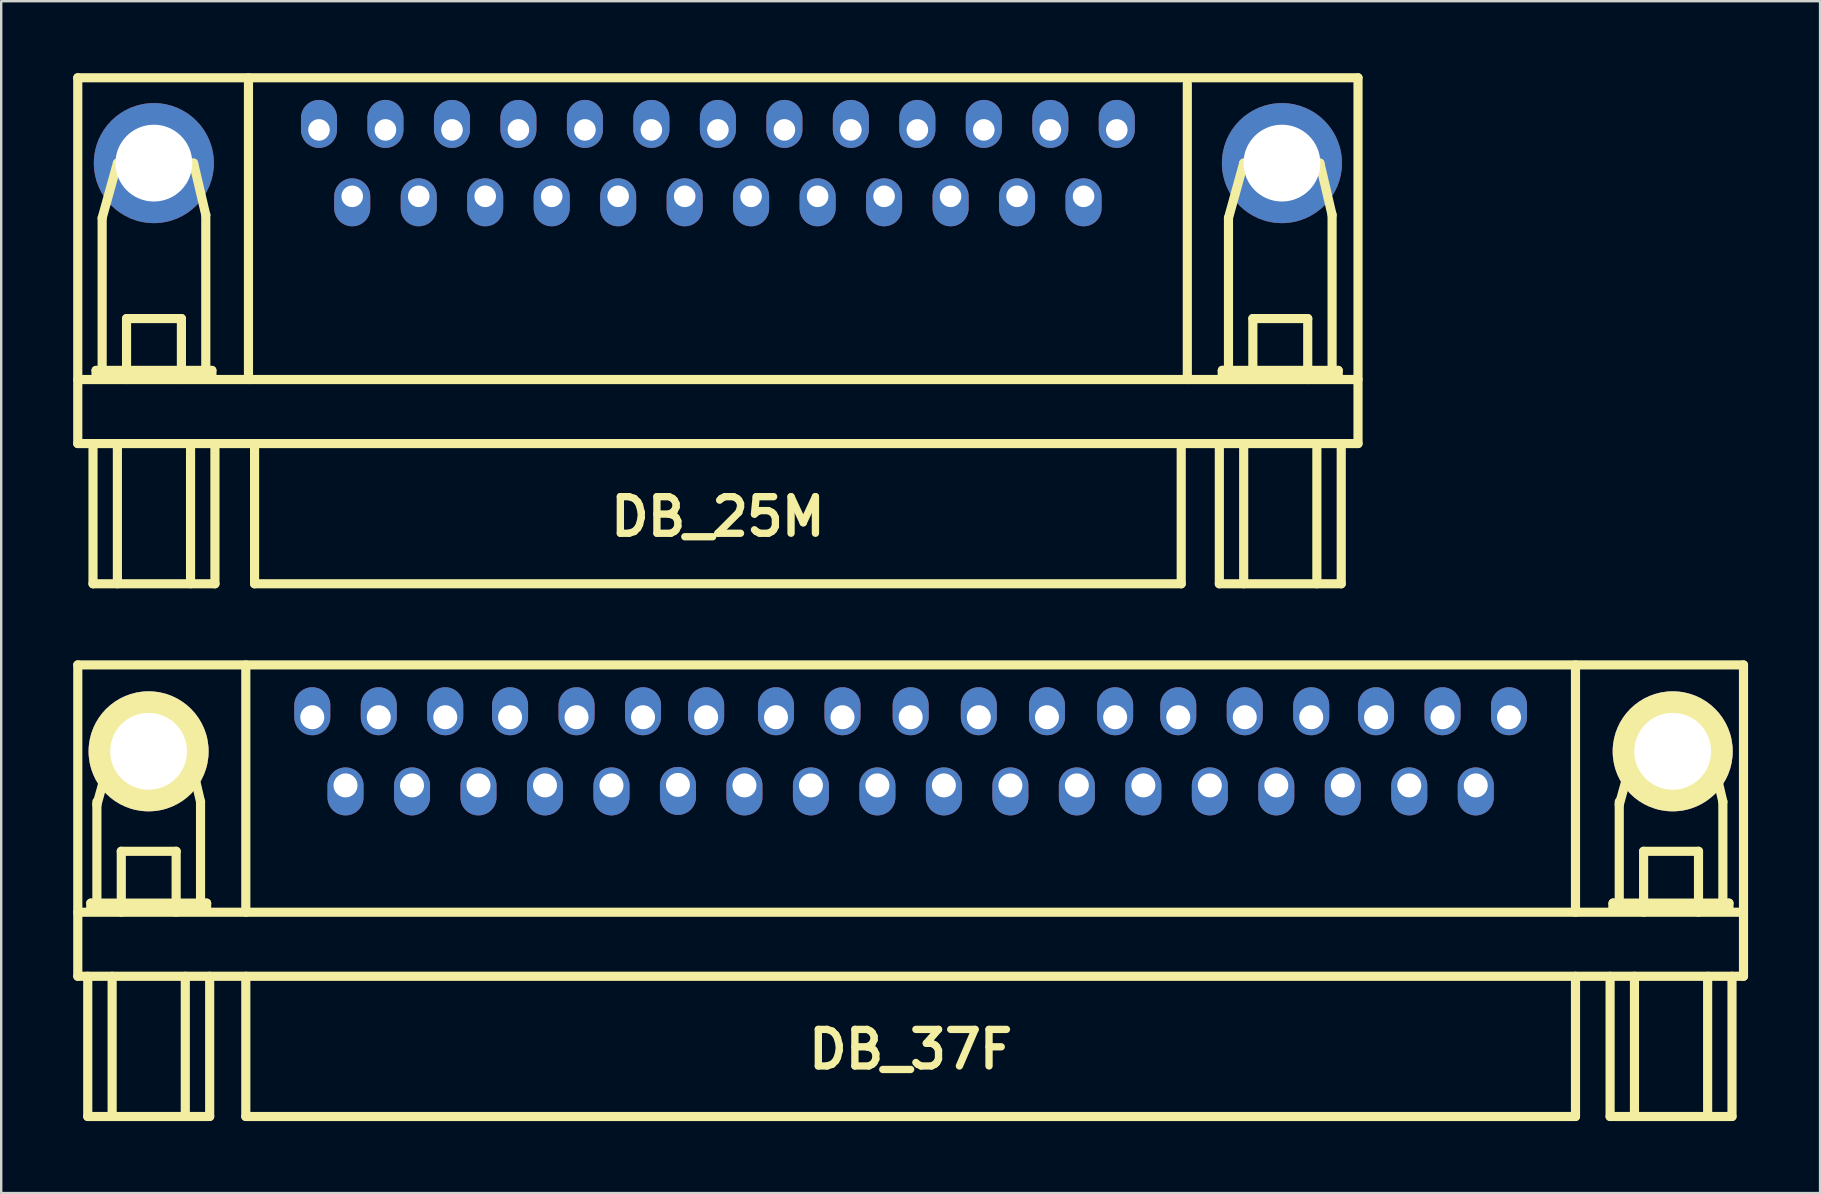
<source format=kicad_pcb>
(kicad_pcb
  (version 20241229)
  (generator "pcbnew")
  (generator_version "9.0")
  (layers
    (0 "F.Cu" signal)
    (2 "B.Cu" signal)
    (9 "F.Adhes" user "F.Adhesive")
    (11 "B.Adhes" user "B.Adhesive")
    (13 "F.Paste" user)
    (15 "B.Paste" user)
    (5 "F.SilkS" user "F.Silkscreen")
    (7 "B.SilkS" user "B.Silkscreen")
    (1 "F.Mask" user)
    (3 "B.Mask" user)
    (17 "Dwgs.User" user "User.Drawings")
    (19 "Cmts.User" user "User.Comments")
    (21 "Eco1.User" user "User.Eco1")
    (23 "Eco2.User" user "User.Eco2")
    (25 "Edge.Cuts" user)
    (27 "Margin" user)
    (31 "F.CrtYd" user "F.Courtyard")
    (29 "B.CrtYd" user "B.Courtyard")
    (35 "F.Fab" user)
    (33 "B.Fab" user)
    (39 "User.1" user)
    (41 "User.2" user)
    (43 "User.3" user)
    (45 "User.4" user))
  (footprint "DB_37F"
    (layer "F.Cu")
    (at 34.891 33.053)
    (property "Reference" "DB_37F" (at 0 7.62 0) (layer "F.SilkS") (effects (font (size 1.524 1.524) (thickness 0.305))))
    (attr through_hole)
    (fp_line (start -34.7 -8.4) (end -34.7 4.572) (stroke (width 0.381) (type solid)) (layer "F.SilkS"))
    (fp_line (start -34.7 1.905) (end 34.7 1.905) (stroke (width 0.381) (type solid)) (layer "F.SilkS"))
    (fp_line (start -34.285 4.572) (end -34.285 10.414) (stroke (width 0.381) (type solid)) (layer "F.SilkS"))
    (fp_line (start -34.285 10.414) (end -29.205 10.414) (stroke (width 0.381) (type solid)) (layer "F.SilkS"))
    (fp_line (start -34.158 1.524) (end -34.158 1.778) (stroke (width 0.381) (type solid)) (layer "F.SilkS"))
    (fp_line (start -34.158 1.778) (end -29.332 1.778) (stroke (width 0.381) (type solid)) (layer "F.SilkS"))
    (fp_line (start -33.904 -2.576) (end -33.269 -4.862) (stroke (width 0.381) (type solid)) (layer "F.SilkS"))
    (fp_line (start -33.904 1.524) (end -33.904 -2.703) (stroke (width 0.381) (type solid)) (layer "F.SilkS"))
    (fp_line (start -33.269 -4.862) (end -30.094 -4.862) (stroke (width 0.381) (type solid)) (layer "F.SilkS"))
    (fp_line (start -33.269 4.572) (end -33.269 10.414) (stroke (width 0.381) (type solid)) (layer "F.SilkS"))
    (fp_line (start -32.888 -0.635) (end -30.602 -0.635) (stroke (width 0.381) (type solid)) (layer "F.SilkS"))
    (fp_line (start -32.888 1.905) (end -32.888 -0.635) (stroke (width 0.381) (type solid)) (layer "F.SilkS"))
    (fp_line (start -30.602 -0.635) (end -30.602 1.905) (stroke (width 0.381) (type solid)) (layer "F.SilkS"))
    (fp_line (start -30.221 4.572) (end -30.221 10.414) (stroke (width 0.381) (type solid)) (layer "F.SilkS"))
    (fp_line (start -30.094 -4.862) (end -29.586 -2.703) (stroke (width 0.381) (type solid)) (layer "F.SilkS"))
    (fp_line (start -29.586 -2.703) (end -29.586 1.524) (stroke (width 0.381) (type solid)) (layer "F.SilkS"))
    (fp_line (start -29.332 1.524) (end -34.158 1.524) (stroke (width 0.381) (type solid)) (layer "F.SilkS"))
    (fp_line (start -29.332 1.778) (end -29.332 1.524) (stroke (width 0.381) (type solid)) (layer "F.SilkS"))
    (fp_line (start -29.205 4.572) (end -29.205 10.414) (stroke (width 0.381) (type solid)) (layer "F.SilkS"))
    (fp_line (start -27.7 1.905) (end -27.7 -8.4) (stroke (width 0.381) (type solid)) (layer "F.SilkS"))
    (fp_line (start -27.7 4.572) (end -27.7 10.414) (stroke (width 0.381) (type solid)) (layer "F.SilkS"))
    (fp_line (start 27.7 1.905) (end 27.7 -8.4) (stroke (width 0.381) (type solid)) (layer "F.SilkS"))
    (fp_line (start 27.7 10.414) (end -27.7 10.414) (stroke (width 0.381) (type solid)) (layer "F.SilkS"))
    (fp_line (start 27.7 10.414) (end 27.7 4.572) (stroke (width 0.381) (type solid)) (layer "F.SilkS"))
    (fp_line (start 29.142 4.572) (end 29.142 10.414) (stroke (width 0.381) (type solid)) (layer "F.SilkS"))
    (fp_line (start 29.142 10.414) (end 34.221 10.414) (stroke (width 0.381) (type solid)) (layer "F.SilkS"))
    (fp_line (start 29.268 1.524) (end 29.268 1.778) (stroke (width 0.381) (type solid)) (layer "F.SilkS"))
    (fp_line (start 29.268 1.524) (end 29.268 1.778) (stroke (width 0.381) (type solid)) (layer "F.SilkS"))
    (fp_line (start 29.268 1.778) (end 34.094 1.778) (stroke (width 0.381) (type solid)) (layer "F.SilkS"))
    (fp_line (start 29.523 -2.576) (end 30.157 -4.862) (stroke (width 0.381) (type solid)) (layer "F.SilkS"))
    (fp_line (start 29.523 1.524) (end 29.523 -2.703) (stroke (width 0.381) (type solid)) (layer "F.SilkS"))
    (fp_line (start 30.157 -4.862) (end 33.333 -4.862) (stroke (width 0.381) (type solid)) (layer "F.SilkS"))
    (fp_line (start 30.157 4.572) (end 30.157 10.414) (stroke (width 0.381) (type solid)) (layer "F.SilkS"))
    (fp_line (start 30.538 -0.635) (end 32.825 -0.635) (stroke (width 0.381) (type solid)) (layer "F.SilkS"))
    (fp_line (start 30.538 1.905) (end 30.538 -0.635) (stroke (width 0.381) (type solid)) (layer "F.SilkS"))
    (fp_line (start 32.825 -0.635) (end 32.825 1.905) (stroke (width 0.381) (type solid)) (layer "F.SilkS"))
    (fp_line (start 33.206 4.572) (end 33.206 10.414) (stroke (width 0.381) (type solid)) (layer "F.SilkS"))
    (fp_line (start 33.333 -4.862) (end 33.84 -2.703) (stroke (width 0.381) (type solid)) (layer "F.SilkS"))
    (fp_line (start 33.84 -2.703) (end 33.84 1.524) (stroke (width 0.381) (type solid)) (layer "F.SilkS"))
    (fp_line (start 34.094 1.524) (end 29.268 1.524) (stroke (width 0.381) (type solid)) (layer "F.SilkS"))
    (fp_line (start 34.094 1.778) (end 34.094 1.524) (stroke (width 0.381) (type solid)) (layer "F.SilkS"))
    (fp_line (start 34.221 4.572) (end 34.221 10.414) (stroke (width 0.381) (type solid)) (layer "F.SilkS"))
    (fp_line (start 34.7 -8.4) (end -34.7 -8.4) (stroke (width 0.381) (type solid)) (layer "F.SilkS"))
    (fp_line (start 34.7 -8.4) (end 34.7 4.572) (stroke (width 0.381) (type solid)) (layer "F.SilkS"))
    (fp_line (start 34.7 4.572) (end -34.7 4.572) (stroke (width 0.381) (type solid)) (layer "F.SilkS"))
    (pad "" thru_hole circle (at -31.75 -4.8) (size 5 5) (drill 3.2) (layers "*.Cu" "*.Mask" "F.SilkS"))
    (pad "" thru_hole circle (at 31.75 -4.8) (size 5 5) (drill 3.2) (layers "*.Cu" "*.Mask" "F.SilkS"))
    (pad "1" thru_hole oval (at 24.93 -6.22) (size 1.5 2) (drill 1 (offset 0 -0.25)) (layers "*.Cu" "*.Mask"))
    (pad "2" thru_hole oval (at 22.16 -6.22) (size 1.5 2) (drill 1 (offset 0 -0.25)) (layers "*.Cu" "*.Mask"))
    (pad "3" thru_hole oval (at 19.39 -6.22) (size 1.5 2) (drill 1 (offset 0 -0.25)) (layers "*.Cu" "*.Mask"))
    (pad "4" thru_hole oval (at 16.69 -6.22) (size 1.5 2) (drill 1 (offset 0 -0.25)) (layers "*.Cu" "*.Mask"))
    (pad "5" thru_hole oval (at 13.92 -6.22) (size 1.5 2) (drill 1 (offset 0 -0.25)) (layers "*.Cu" "*.Mask"))
    (pad "6" thru_hole oval (at 11.15 -6.22) (size 1.5 2) (drill 1 (offset 0 -0.25)) (layers "*.Cu" "*.Mask"))
    (pad "7" thru_hole oval (at 8.52 -6.22) (size 1.5 2) (drill 1 (offset 0 -0.25)) (layers "*.Cu" "*.Mask"))
    (pad "8" thru_hole oval (at 5.68 -6.22) (size 1.5 2) (drill 1 (offset 0 -0.25)) (layers "*.Cu" "*.Mask"))
    (pad "9" thru_hole oval (at 2.84 -6.22) (size 1.5 2) (drill 1 (offset 0 -0.25)) (layers "*.Cu" "*.Mask"))
    (pad "10" thru_hole oval (at 0 -6.22) (size 1.5 2) (drill 1 (offset 0 -0.25)) (layers "*.Cu" "*.Mask"))
    (pad "11" thru_hole oval (at -2.84 -6.22) (size 1.5 2) (drill 1 (offset 0 -0.25)) (layers "*.Cu" "*.Mask"))
    (pad "12" thru_hole oval (at -5.61 -6.22) (size 1.5 2) (drill 1 (offset 0 -0.25)) (layers "*.Cu" "*.Mask"))
    (pad "13" thru_hole oval (at -8.52 -6.22) (size 1.5 2) (drill 1 (offset 0 -0.25)) (layers "*.Cu" "*.Mask"))
    (pad "14" thru_hole oval (at -11.15 -6.22) (size 1.5 2) (drill 1 (offset 0 -0.25)) (layers "*.Cu" "*.Mask"))
    (pad "15" thru_hole oval (at -13.92 -6.22) (size 1.5 2) (drill 1 (offset 0 -0.25)) (layers "*.Cu" "*.Mask"))
    (pad "16" thru_hole oval (at -16.69 -6.22) (size 1.5 2) (drill 1 (offset 0 -0.25)) (layers "*.Cu" "*.Mask"))
    (pad "17" thru_hole oval (at -19.39 -6.22) (size 1.5 2) (drill 1 (offset 0 -0.25)) (layers "*.Cu" "*.Mask"))
    (pad "18" thru_hole oval (at -22.16 -6.22) (size 1.5 2) (drill 1 (offset 0 -0.25)) (layers "*.Cu" "*.Mask"))
    (pad "19" thru_hole oval (at -24.93 -6.22) (size 1.5 2) (drill 1 (offset 0 -0.25)) (layers "*.Cu" "*.Mask"))
    (pad "20" thru_hole oval (at 23.545 -3.38) (size 1.5 2) (drill 1 (offset 0 0.25)) (layers "*.Cu" "*.Mask"))
    (pad "21" thru_hole oval (at 20.775 -3.38) (size 1.5 2) (drill 1 (offset 0 0.25)) (layers "*.Cu" "*.Mask"))
    (pad "22" thru_hole oval (at 18.005 -3.38) (size 1.5 2) (drill 1 (offset 0 0.25)) (layers "*.Cu" "*.Mask"))
    (pad "23" thru_hole oval (at 15.235 -3.38) (size 1.5 2) (drill 1 (offset 0 0.25)) (layers "*.Cu" "*.Mask"))
    (pad "24" thru_hole oval (at 12.465 -3.38) (size 1.5 2) (drill 1 (offset 0 0.25)) (layers "*.Cu" "*.Mask"))
    (pad "25" thru_hole oval (at 9.695 -3.38) (size 1.5 2) (drill 1 (offset 0 0.25)) (layers "*.Cu" "*.Mask"))
    (pad "26" thru_hole oval (at 6.925 -3.38) (size 1.5 2) (drill 1 (offset 0 0.25)) (layers "*.Cu" "*.Mask"))
    (pad "27" thru_hole oval (at 4.155 -3.38) (size 1.5 2) (drill 1 (offset 0 0.25)) (layers "*.Cu" "*.Mask"))
    (pad "28" thru_hole oval (at 1.385 -3.38) (size 1.5 2) (drill 1 (offset 0 0.25)) (layers "*.Cu" "*.Mask"))
    (pad "29" thru_hole oval (at -1.385 -3.38) (size 1.5 2) (drill 1 (offset 0 0.25)) (layers "*.Cu" "*.Mask"))
    (pad "30" thru_hole oval (at -4.155 -3.38) (size 1.5 2) (drill 1 (offset 0 0.25)) (layers "*.Cu" "*.Mask"))
    (pad "31" thru_hole oval (at -6.925 -3.38) (size 1.5 2) (drill 1 (offset 0 0.25)) (layers "*.Cu" "*.Mask"))
    (pad "32" thru_hole oval (at -9.695 -3.4) (size 1.5 2) (drill 1 (offset 0 0.25)) (layers "*.Cu" "*.Mask"))
    (pad "33" thru_hole oval (at -12.465 -3.38) (size 1.5 2) (drill 1 (offset 0 0.25)) (layers "*.Cu" "*.Mask"))
    (pad "34" thru_hole oval (at -15.235 -3.38) (size 1.5 2) (drill 1 (offset 0 0.25)) (layers "*.Cu" "*.Mask"))
    (pad "35" thru_hole oval (at -18.005 -3.38) (size 1.5 2) (drill 1 (offset 0 0.25)) (layers "*.Cu" "*.Mask"))
    (pad "36" thru_hole oval (at -20.775 -3.38) (size 1.5 2) (drill 1 (offset 0 0.25)) (layers "*.Cu" "*.Mask"))
    (pad "37" thru_hole oval (at -23.545 -3.38) (size 1.5 2) (drill 1 (offset 0 0.25)) (layers "*.Cu" "*.Mask")))
  (footprint "DB_25M"
    (layer "F.Cu")
    (at 26.86 10.858)
    (property "Reference" "DB_25M" (at 0 7.62 0) (layer "F.SilkS") (effects (font (size 1.524 1.524) (thickness 0.305))))
    (attr through_hole)
    (fp_line (start -26.67 -10.668) (end -26.67 4.572) (stroke (width 0.381) (type solid)) (layer "F.SilkS"))
    (fp_line (start -26.67 1.905) (end 26.67 1.905) (stroke (width 0.381) (type solid)) (layer "F.SilkS"))
    (fp_line (start -26.035 4.572) (end -26.035 10.414) (stroke (width 0.381) (type solid)) (layer "F.SilkS"))
    (fp_line (start -26.035 10.414) (end -20.955 10.414) (stroke (width 0.381) (type solid)) (layer "F.SilkS"))
    (fp_line (start -25.908 1.524) (end -25.908 1.778) (stroke (width 0.381) (type solid)) (layer "F.SilkS"))
    (fp_line (start -25.908 1.778) (end -21.082 1.778) (stroke (width 0.381) (type solid)) (layer "F.SilkS"))
    (fp_line (start -25.654 -4.826) (end -25.019 -7.112) (stroke (width 0.381) (type solid)) (layer "F.SilkS"))
    (fp_line (start -25.654 1.524) (end -25.654 -4.826) (stroke (width 0.381) (type solid)) (layer "F.SilkS"))
    (fp_line (start -25.019 -7.112) (end -21.844 -7.112) (stroke (width 0.381) (type solid)) (layer "F.SilkS"))
    (fp_line (start -25.019 4.572) (end -25.019 10.414) (stroke (width 0.381) (type solid)) (layer "F.SilkS"))
    (fp_line (start -24.638 -0.635) (end -22.352 -0.635) (stroke (width 0.381) (type solid)) (layer "F.SilkS"))
    (fp_line (start -24.638 1.905) (end -24.638 -0.635) (stroke (width 0.381) (type solid)) (layer "F.SilkS"))
    (fp_line (start -22.352 -0.635) (end -22.352 1.905) (stroke (width 0.381) (type solid)) (layer "F.SilkS"))
    (fp_line (start -21.971 4.572) (end -21.971 10.414) (stroke (width 0.381) (type solid)) (layer "F.SilkS"))
    (fp_line (start -21.844 -7.112) (end -21.336 -4.953) (stroke (width 0.381) (type solid)) (layer "F.SilkS"))
    (fp_line (start -21.336 -4.953) (end -21.336 1.524) (stroke (width 0.381) (type solid)) (layer "F.SilkS"))
    (fp_line (start -21.082 1.524) (end -25.908 1.524) (stroke (width 0.381) (type solid)) (layer "F.SilkS"))
    (fp_line (start -21.082 1.778) (end -21.082 1.524) (stroke (width 0.381) (type solid)) (layer "F.SilkS"))
    (fp_line (start -20.955 4.572) (end -20.955 10.414) (stroke (width 0.381) (type solid)) (layer "F.SilkS"))
    (fp_line (start -19.558 1.905) (end -19.558 -10.668) (stroke (width 0.381) (type solid)) (layer "F.SilkS"))
    (fp_line (start -19.304 4.572) (end -19.304 10.414) (stroke (width 0.381) (type solid)) (layer "F.SilkS"))
    (fp_line (start 19.304 10.414) (end -19.304 10.414) (stroke (width 0.381) (type solid)) (layer "F.SilkS"))
    (fp_line (start 19.304 10.414) (end 19.304 4.572) (stroke (width 0.381) (type solid)) (layer "F.SilkS"))
    (fp_line (start 19.558 1.905) (end 19.558 -10.414) (stroke (width 0.381) (type solid)) (layer "F.SilkS"))
    (fp_line (start 20.892 4.572) (end 20.892 10.414) (stroke (width 0.381) (type solid)) (layer "F.SilkS"))
    (fp_line (start 20.892 10.414) (end 25.971 10.414) (stroke (width 0.381) (type solid)) (layer "F.SilkS"))
    (fp_line (start 21.018 1.524) (end 21.018 1.778) (stroke (width 0.381) (type solid)) (layer "F.SilkS"))
    (fp_line (start 21.018 1.524) (end 21.018 1.778) (stroke (width 0.381) (type solid)) (layer "F.SilkS"))
    (fp_line (start 21.018 1.778) (end 25.845 1.778) (stroke (width 0.381) (type solid)) (layer "F.SilkS"))
    (fp_line (start 21.273 -4.826) (end 21.907 -7.112) (stroke (width 0.381) (type solid)) (layer "F.SilkS"))
    (fp_line (start 21.273 1.524) (end 21.273 -4.826) (stroke (width 0.381) (type solid)) (layer "F.SilkS"))
    (fp_line (start 21.907 -7.112) (end 25.082 -7.112) (stroke (width 0.381) (type solid)) (layer "F.SilkS"))
    (fp_line (start 21.907 4.572) (end 21.907 10.414) (stroke (width 0.381) (type solid)) (layer "F.SilkS"))
    (fp_line (start 22.288 -0.635) (end 24.575 -0.635) (stroke (width 0.381) (type solid)) (layer "F.SilkS"))
    (fp_line (start 22.288 1.905) (end 22.288 -0.635) (stroke (width 0.381) (type solid)) (layer "F.SilkS"))
    (fp_line (start 24.575 -0.635) (end 24.575 1.905) (stroke (width 0.381) (type solid)) (layer "F.SilkS"))
    (fp_line (start 24.956 4.572) (end 24.956 10.414) (stroke (width 0.381) (type solid)) (layer "F.SilkS"))
    (fp_line (start 25.082 -7.112) (end 25.59 -4.953) (stroke (width 0.381) (type solid)) (layer "F.SilkS"))
    (fp_line (start 25.59 -4.953) (end 25.59 1.524) (stroke (width 0.381) (type solid)) (layer "F.SilkS"))
    (fp_line (start 25.845 1.524) (end 21.018 1.524) (stroke (width 0.381) (type solid)) (layer "F.SilkS"))
    (fp_line (start 25.845 1.778) (end 25.845 1.524) (stroke (width 0.381) (type solid)) (layer "F.SilkS"))
    (fp_line (start 25.971 4.572) (end 25.971 10.414) (stroke (width 0.381) (type solid)) (layer "F.SilkS"))
    (fp_line (start 26.67 -10.668) (end -26.67 -10.668) (stroke (width 0.381) (type solid)) (layer "F.SilkS"))
    (fp_line (start 26.67 -10.668) (end 26.67 4.572) (stroke (width 0.381) (type solid)) (layer "F.SilkS"))
    (fp_line (start 26.67 4.572) (end -26.67 4.572) (stroke (width 0.381) (type solid)) (layer "F.SilkS"))
    (pad "" thru_hole circle (at -23.5 -7.112) (size 5.001 5.001) (drill 3.2) (layers "*.Cu" "*.Mask"))
    (pad "" thru_hole circle (at 23.5 -7.112) (size 5.001 5.001) (drill 3.2) (layers "*.Cu" "*.Mask"))
    (pad "1" thru_hole oval (at -16.619 -8.496) (size 1.501 1.999) (drill 0.899 (offset 0 -0.249)) (layers "*.Cu" "*.Mask"))
    (pad "2" thru_hole oval (at -13.851 -8.496) (size 1.501 1.999) (drill 0.899 (offset 0 -0.249)) (layers "*.Cu" "*.Mask"))
    (pad "3" thru_hole oval (at -11.079 -8.496) (size 1.501 1.999) (drill 0.899 (offset 0 -0.249)) (layers "*.Cu" "*.Mask"))
    (pad "4" thru_hole oval (at -8.311 -8.496) (size 1.501 1.999) (drill 0.899 (offset 0 -0.249)) (layers "*.Cu" "*.Mask"))
    (pad "5" thru_hole oval (at -5.54 -8.496) (size 1.501 1.999) (drill 0.899 (offset 0 -0.249)) (layers "*.Cu" "*.Mask"))
    (pad "6" thru_hole oval (at -2.771 -8.496) (size 1.501 1.999) (drill 0.899 (offset 0 -0.249)) (layers "*.Cu" "*.Mask"))
    (pad "7" thru_hole oval (at 0 -8.496) (size 1.501 1.999) (drill 0.899 (offset 0 -0.249)) (layers "*.Cu" "*.Mask"))
    (pad "8" thru_hole oval (at 2.771 -8.496) (size 1.501 1.999) (drill 0.899 (offset 0 -0.249)) (layers "*.Cu" "*.Mask"))
    (pad "9" thru_hole oval (at 5.54 -8.496) (size 1.501 1.999) (drill 0.899 (offset 0 -0.249)) (layers "*.Cu" "*.Mask"))
    (pad "10" thru_hole oval (at 8.311 -8.496) (size 1.501 1.999) (drill 0.899 (offset 0 -0.249)) (layers "*.Cu" "*.Mask"))
    (pad "11" thru_hole oval (at 11.079 -8.496) (size 1.501 1.999) (drill 0.899 (offset 0 -0.249)) (layers "*.Cu" "*.Mask"))
    (pad "12" thru_hole oval (at 13.851 -8.496) (size 1.501 1.999) (drill 0.899 (offset 0 -0.249)) (layers "*.Cu" "*.Mask"))
    (pad "13" thru_hole oval (at 16.619 -8.496) (size 1.501 1.999) (drill 0.899 (offset 0 -0.249)) (layers "*.Cu" "*.Mask"))
    (pad "14" thru_hole oval (at -15.235 -5.728) (size 1.501 1.999) (drill 0.899 (offset 0 0.249)) (layers "*.Cu" "*.Mask"))
    (pad "15" thru_hole oval (at -12.464 -5.728) (size 1.501 1.999) (drill 0.899 (offset 0 0.249)) (layers "*.Cu" "*.Mask"))
    (pad "16" thru_hole oval (at -9.695 -5.728) (size 1.501 1.999) (drill 0.899 (offset 0 0.249)) (layers "*.Cu" "*.Mask"))
    (pad "17" thru_hole oval (at -6.924 -5.728) (size 1.501 1.999) (drill 0.899 (offset 0 0.249)) (layers "*.Cu" "*.Mask"))
    (pad "18" thru_hole oval (at -4.155 -5.728) (size 1.501 1.999) (drill 0.899 (offset 0 0.249)) (layers "*.Cu" "*.Mask"))
    (pad "19" thru_hole oval (at -1.384 -5.728) (size 1.501 1.999) (drill 0.899 (offset 0 0.249)) (layers "*.Cu" "*.Mask"))
    (pad "20" thru_hole oval (at 1.384 -5.728) (size 1.501 1.999) (drill 0.899 (offset 0 0.249)) (layers "*.Cu" "*.Mask"))
    (pad "21" thru_hole oval (at 4.155 -5.728) (size 1.501 1.999) (drill 0.899 (offset 0 0.249)) (layers "*.Cu" "*.Mask"))
    (pad "22" thru_hole oval (at 6.924 -5.728) (size 1.501 1.999) (drill 0.899 (offset 0 0.249)) (layers "*.Cu" "*.Mask"))
    (pad "23" thru_hole oval (at 9.695 -5.728) (size 1.501 1.999) (drill 0.899 (offset 0 0.249)) (layers "*.Cu" "*.Mask"))
    (pad "24" thru_hole oval (at 12.464 -5.728) (size 1.501 1.999) (drill 0.899 (offset 0 0.249)) (layers "*.Cu" "*.Mask"))
    (pad "25" thru_hole oval (at 15.235 -5.728) (size 1.501 1.999) (drill 0.899 (offset 0 0.249)) (layers "*.Cu" "*.Mask")))
  (gr_rect
    (start -3 -3)
    (end 72.781 46.658)
    (stroke (width 0.1) (type default))
    (fill no)
    (layer "Edge.Cuts")))
</source>
